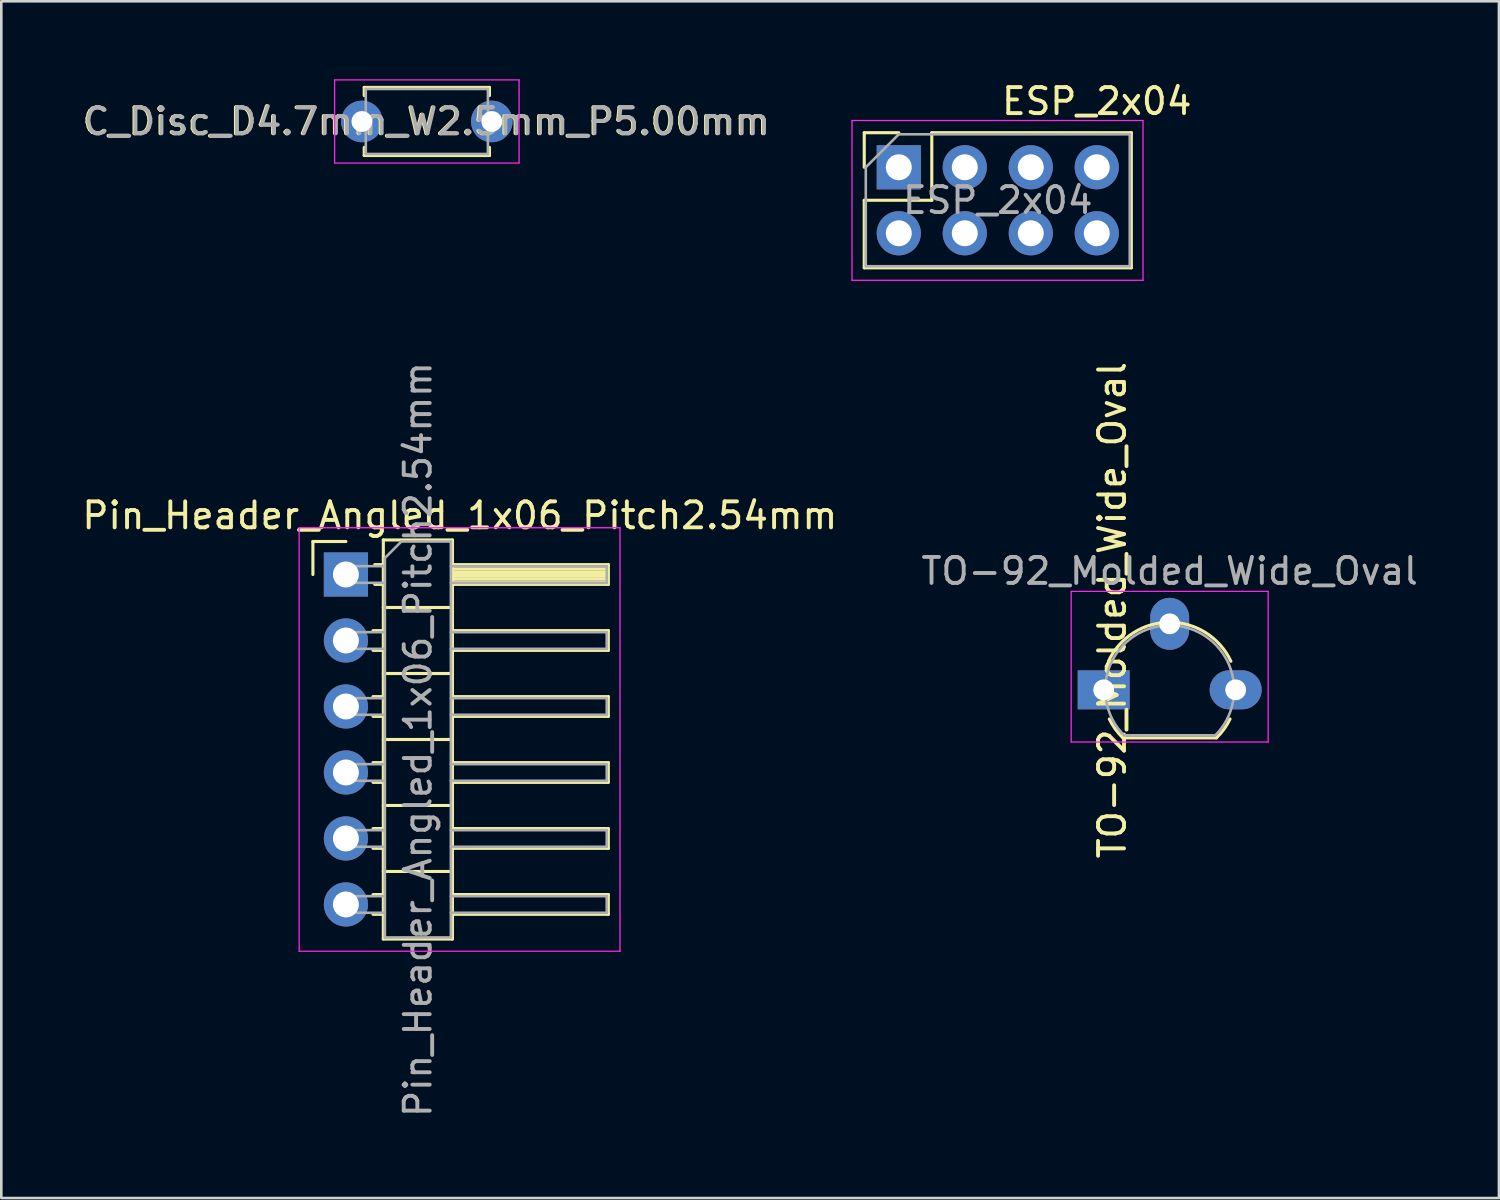
<source format=kicad_pcb>
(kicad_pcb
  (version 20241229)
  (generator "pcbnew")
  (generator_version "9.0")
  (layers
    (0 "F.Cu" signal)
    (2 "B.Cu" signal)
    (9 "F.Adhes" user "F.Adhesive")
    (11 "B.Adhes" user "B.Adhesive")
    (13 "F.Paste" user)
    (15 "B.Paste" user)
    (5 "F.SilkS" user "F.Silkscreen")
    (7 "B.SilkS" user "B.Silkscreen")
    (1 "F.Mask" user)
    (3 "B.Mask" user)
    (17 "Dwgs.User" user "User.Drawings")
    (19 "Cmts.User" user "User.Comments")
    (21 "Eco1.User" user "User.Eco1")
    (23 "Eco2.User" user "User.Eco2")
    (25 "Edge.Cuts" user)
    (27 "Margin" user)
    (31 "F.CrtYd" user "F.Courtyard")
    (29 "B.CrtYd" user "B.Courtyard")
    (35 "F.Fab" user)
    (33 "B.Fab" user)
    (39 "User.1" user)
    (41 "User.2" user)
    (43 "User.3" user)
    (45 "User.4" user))
  (footprint "ESP_2x04"
    (layer "F.Cu")
    (at 35.354 4.658)
    (property "Reference" "ESP_2x04" (at 3.81 -3.81 180) (layer "F.SilkS") (effects (font (size 1 1) (thickness 0.15))))
    (attr through_hole)
    (fp_line (start -5.14 -2.6) (end -5.14 -1.27) (stroke (width 0.12) (type solid)) (layer "F.SilkS"))
    (fp_line (start -5.14 0) (end -5.14 2.6) (stroke (width 0.12) (type solid)) (layer "F.SilkS"))
    (fp_line (start -5.14 2.6) (end 5.14 2.6) (stroke (width 0.12) (type solid)) (layer "F.SilkS"))
    (fp_line (start -3.81 -2.6) (end -5.14 -2.6) (stroke (width 0.12) (type solid)) (layer "F.SilkS"))
    (fp_line (start -2.54 -2.6) (end -2.54 0) (stroke (width 0.12) (type solid)) (layer "F.SilkS"))
    (fp_line (start -2.54 -2.6) (end 5.14 -2.6) (stroke (width 0.12) (type solid)) (layer "F.SilkS"))
    (fp_line (start -2.54 0) (end -5.14 0) (stroke (width 0.12) (type solid)) (layer "F.SilkS"))
    (fp_line (start 5.14 -2.6) (end 5.14 2.6) (stroke (width 0.12) (type solid)) (layer "F.SilkS"))
    (fp_line (start -5.61 -3.07) (end 5.59 -3.07) (stroke (width 0.05) (type solid)) (layer "F.CrtYd"))
    (fp_line (start -5.61 3.08) (end -5.61 -3.07) (stroke (width 0.05) (type solid)) (layer "F.CrtYd"))
    (fp_line (start 5.59 -3.07) (end 5.59 3.08) (stroke (width 0.05) (type solid)) (layer "F.CrtYd"))
    (fp_line (start 5.59 3.08) (end -5.61 3.08) (stroke (width 0.05) (type solid)) (layer "F.CrtYd"))
    (fp_line (start -5.08 -1.27) (end -5.08 2.54) (stroke (width 0.1) (type solid)) (layer "F.Fab"))
    (fp_line (start -5.08 2.54) (end 5.08 2.54) (stroke (width 0.1) (type solid)) (layer "F.Fab"))
    (fp_line (start -3.81 -2.54) (end -5.08 -1.27) (stroke (width 0.1) (type solid)) (layer "F.Fab"))
    (fp_line (start 5.08 -2.54) (end -3.81 -2.54) (stroke (width 0.1) (type solid)) (layer "F.Fab"))
    (fp_line (start 5.08 2.54) (end 5.08 -2.54) (stroke (width 0.1) (type solid)) (layer "F.Fab"))
    (fp_text user "${REFERENCE}" (at 0 0 180) (layer "F.Fab") (effects (font (size 1 1) (thickness 0.15))))
    (pad "1" thru_hole rect (at -3.81 -1.27 90) (size 1.7 1.7) (drill 1) (layers "*.Cu" "*.Mask"))
    (pad "2" thru_hole oval (at -1.27 -1.27 90) (size 1.7 1.7) (drill 1) (layers "*.Cu" "*.Mask"))
    (pad "3" thru_hole oval (at 1.27 -1.27 90) (size 1.7 1.7) (drill 1) (layers "*.Cu" "*.Mask"))
    (pad "4" thru_hole oval (at 3.81 -1.27 90) (size 1.7 1.7) (drill 1) (layers "*.Cu" "*.Mask"))
    (pad "5" thru_hole oval (at 3.81 1.27 90) (size 1.7 1.7) (drill 1) (layers "*.Cu" "*.Mask"))
    (pad "6" thru_hole oval (at 1.27 1.27 90) (size 1.7 1.7) (drill 1) (layers "*.Cu" "*.Mask"))
    (pad "7" thru_hole oval (at -1.27 1.27 90) (size 1.7 1.7) (drill 1) (layers "*.Cu" "*.Mask"))
    (pad "8" thru_hole oval (at -3.81 1.27 90) (size 1.7 1.7) (drill 1) (layers "*.Cu" "*.Mask")))
  (footprint "Pin_Header_Angled_1x06_Pitch2.54mm"
    (layer "F.Cu")
    (at 10.264 19.062)
    (property "Reference" "Pin_Header_Angled_1x06_Pitch2.54mm" (at 4.385 -2.27 180) (layer "F.SilkS") (effects (font (size 1 1) (thickness 0.15))))
    (attr through_hole)
    (fp_line (start -1.27 -1.27) (end 0 -1.27) (stroke (width 0.12) (type solid)) (layer "F.SilkS"))
    (fp_line (start -1.27 0) (end -1.27 -1.27) (stroke (width 0.12) (type solid)) (layer "F.SilkS"))
    (fp_line (start 1.043 2.16) (end 1.44 2.16) (stroke (width 0.12) (type solid)) (layer "F.SilkS"))
    (fp_line (start 1.043 2.92) (end 1.44 2.92) (stroke (width 0.12) (type solid)) (layer "F.SilkS"))
    (fp_line (start 1.043 4.7) (end 1.44 4.7) (stroke (width 0.12) (type solid)) (layer "F.SilkS"))
    (fp_line (start 1.043 5.46) (end 1.44 5.46) (stroke (width 0.12) (type solid)) (layer "F.SilkS"))
    (fp_line (start 1.043 7.24) (end 1.44 7.24) (stroke (width 0.12) (type solid)) (layer "F.SilkS"))
    (fp_line (start 1.043 8) (end 1.44 8) (stroke (width 0.12) (type solid)) (layer "F.SilkS"))
    (fp_line (start 1.043 9.78) (end 1.44 9.78) (stroke (width 0.12) (type solid)) (layer "F.SilkS"))
    (fp_line (start 1.043 10.54) (end 1.44 10.54) (stroke (width 0.12) (type solid)) (layer "F.SilkS"))
    (fp_line (start 1.043 12.32) (end 1.44 12.32) (stroke (width 0.12) (type solid)) (layer "F.SilkS"))
    (fp_line (start 1.043 13.08) (end 1.44 13.08) (stroke (width 0.12) (type solid)) (layer "F.SilkS"))
    (fp_line (start 1.11 -0.38) (end 1.44 -0.38) (stroke (width 0.12) (type solid)) (layer "F.SilkS"))
    (fp_line (start 1.11 0.38) (end 1.44 0.38) (stroke (width 0.12) (type solid)) (layer "F.SilkS"))
    (fp_line (start 1.44 -1.33) (end 1.44 14.03) (stroke (width 0.12) (type solid)) (layer "F.SilkS"))
    (fp_line (start 1.44 1.27) (end 4.1 1.27) (stroke (width 0.12) (type solid)) (layer "F.SilkS"))
    (fp_line (start 1.44 3.81) (end 4.1 3.81) (stroke (width 0.12) (type solid)) (layer "F.SilkS"))
    (fp_line (start 1.44 6.35) (end 4.1 6.35) (stroke (width 0.12) (type solid)) (layer "F.SilkS"))
    (fp_line (start 1.44 8.89) (end 4.1 8.89) (stroke (width 0.12) (type solid)) (layer "F.SilkS"))
    (fp_line (start 1.44 11.43) (end 4.1 11.43) (stroke (width 0.12) (type solid)) (layer "F.SilkS"))
    (fp_line (start 1.44 14.03) (end 4.1 14.03) (stroke (width 0.12) (type solid)) (layer "F.SilkS"))
    (fp_line (start 4.1 -1.33) (end 1.44 -1.33) (stroke (width 0.12) (type solid)) (layer "F.SilkS"))
    (fp_line (start 4.1 -0.38) (end 10.1 -0.38) (stroke (width 0.12) (type solid)) (layer "F.SilkS"))
    (fp_line (start 4.1 -0.32) (end 10.1 -0.32) (stroke (width 0.12) (type solid)) (layer "F.SilkS"))
    (fp_line (start 4.1 -0.2) (end 10.1 -0.2) (stroke (width 0.12) (type solid)) (layer "F.SilkS"))
    (fp_line (start 4.1 -0.08) (end 10.1 -0.08) (stroke (width 0.12) (type solid)) (layer "F.SilkS"))
    (fp_line (start 4.1 0.04) (end 10.1 0.04) (stroke (width 0.12) (type solid)) (layer "F.SilkS"))
    (fp_line (start 4.1 0.16) (end 10.1 0.16) (stroke (width 0.12) (type solid)) (layer "F.SilkS"))
    (fp_line (start 4.1 0.28) (end 10.1 0.28) (stroke (width 0.12) (type solid)) (layer "F.SilkS"))
    (fp_line (start 4.1 2.16) (end 10.1 2.16) (stroke (width 0.12) (type solid)) (layer "F.SilkS"))
    (fp_line (start 4.1 4.7) (end 10.1 4.7) (stroke (width 0.12) (type solid)) (layer "F.SilkS"))
    (fp_line (start 4.1 7.24) (end 10.1 7.24) (stroke (width 0.12) (type solid)) (layer "F.SilkS"))
    (fp_line (start 4.1 9.78) (end 10.1 9.78) (stroke (width 0.12) (type solid)) (layer "F.SilkS"))
    (fp_line (start 4.1 12.32) (end 10.1 12.32) (stroke (width 0.12) (type solid)) (layer "F.SilkS"))
    (fp_line (start 4.1 14.03) (end 4.1 -1.33) (stroke (width 0.12) (type solid)) (layer "F.SilkS"))
    (fp_line (start 10.1 -0.38) (end 10.1 0.38) (stroke (width 0.12) (type solid)) (layer "F.SilkS"))
    (fp_line (start 10.1 0.38) (end 4.1 0.38) (stroke (width 0.12) (type solid)) (layer "F.SilkS"))
    (fp_line (start 10.1 2.16) (end 10.1 2.92) (stroke (width 0.12) (type solid)) (layer "F.SilkS"))
    (fp_line (start 10.1 2.92) (end 4.1 2.92) (stroke (width 0.12) (type solid)) (layer "F.SilkS"))
    (fp_line (start 10.1 4.7) (end 10.1 5.46) (stroke (width 0.12) (type solid)) (layer "F.SilkS"))
    (fp_line (start 10.1 5.46) (end 4.1 5.46) (stroke (width 0.12) (type solid)) (layer "F.SilkS"))
    (fp_line (start 10.1 7.24) (end 10.1 8) (stroke (width 0.12) (type solid)) (layer "F.SilkS"))
    (fp_line (start 10.1 8) (end 4.1 8) (stroke (width 0.12) (type solid)) (layer "F.SilkS"))
    (fp_line (start 10.1 9.78) (end 10.1 10.54) (stroke (width 0.12) (type solid)) (layer "F.SilkS"))
    (fp_line (start 10.1 10.54) (end 4.1 10.54) (stroke (width 0.12) (type solid)) (layer "F.SilkS"))
    (fp_line (start 10.1 12.32) (end 10.1 13.08) (stroke (width 0.12) (type solid)) (layer "F.SilkS"))
    (fp_line (start 10.1 13.08) (end 4.1 13.08) (stroke (width 0.12) (type solid)) (layer "F.SilkS"))
    (fp_line (start -1.8 -1.8) (end -1.8 14.5) (stroke (width 0.05) (type solid)) (layer "F.CrtYd"))
    (fp_line (start -1.8 14.5) (end 10.55 14.5) (stroke (width 0.05) (type solid)) (layer "F.CrtYd"))
    (fp_line (start 10.55 -1.8) (end -1.8 -1.8) (stroke (width 0.05) (type solid)) (layer "F.CrtYd"))
    (fp_line (start 10.55 14.5) (end 10.55 -1.8) (stroke (width 0.05) (type solid)) (layer "F.CrtYd"))
    (fp_line (start -0.32 -0.32) (end -0.32 0.32) (stroke (width 0.1) (type solid)) (layer "F.Fab"))
    (fp_line (start -0.32 -0.32) (end 1.5 -0.32) (stroke (width 0.1) (type solid)) (layer "F.Fab"))
    (fp_line (start -0.32 0.32) (end 1.5 0.32) (stroke (width 0.1) (type solid)) (layer "F.Fab"))
    (fp_line (start -0.32 2.22) (end -0.32 2.86) (stroke (width 0.1) (type solid)) (layer "F.Fab"))
    (fp_line (start -0.32 2.22) (end 1.5 2.22) (stroke (width 0.1) (type solid)) (layer "F.Fab"))
    (fp_line (start -0.32 2.86) (end 1.5 2.86) (stroke (width 0.1) (type solid)) (layer "F.Fab"))
    (fp_line (start -0.32 4.76) (end -0.32 5.4) (stroke (width 0.1) (type solid)) (layer "F.Fab"))
    (fp_line (start -0.32 4.76) (end 1.5 4.76) (stroke (width 0.1) (type solid)) (layer "F.Fab"))
    (fp_line (start -0.32 5.4) (end 1.5 5.4) (stroke (width 0.1) (type solid)) (layer "F.Fab"))
    (fp_line (start -0.32 7.3) (end -0.32 7.94) (stroke (width 0.1) (type solid)) (layer "F.Fab"))
    (fp_line (start -0.32 7.3) (end 1.5 7.3) (stroke (width 0.1) (type solid)) (layer "F.Fab"))
    (fp_line (start -0.32 7.94) (end 1.5 7.94) (stroke (width 0.1) (type solid)) (layer "F.Fab"))
    (fp_line (start -0.32 9.84) (end -0.32 10.48) (stroke (width 0.1) (type solid)) (layer "F.Fab"))
    (fp_line (start -0.32 9.84) (end 1.5 9.84) (stroke (width 0.1) (type solid)) (layer "F.Fab"))
    (fp_line (start -0.32 10.48) (end 1.5 10.48) (stroke (width 0.1) (type solid)) (layer "F.Fab"))
    (fp_line (start -0.32 12.38) (end -0.32 13.02) (stroke (width 0.1) (type solid)) (layer "F.Fab"))
    (fp_line (start -0.32 12.38) (end 1.5 12.38) (stroke (width 0.1) (type solid)) (layer "F.Fab"))
    (fp_line (start -0.32 13.02) (end 1.5 13.02) (stroke (width 0.1) (type solid)) (layer "F.Fab"))
    (fp_line (start 1.5 -0.635) (end 2.135 -1.27) (stroke (width 0.1) (type solid)) (layer "F.Fab"))
    (fp_line (start 1.5 13.97) (end 1.5 -0.635) (stroke (width 0.1) (type solid)) (layer "F.Fab"))
    (fp_line (start 2.135 -1.27) (end 4.04 -1.27) (stroke (width 0.1) (type solid)) (layer "F.Fab"))
    (fp_line (start 4.04 -1.27) (end 4.04 13.97) (stroke (width 0.1) (type solid)) (layer "F.Fab"))
    (fp_line (start 4.04 -0.32) (end 10.04 -0.32) (stroke (width 0.1) (type solid)) (layer "F.Fab"))
    (fp_line (start 4.04 0.32) (end 10.04 0.32) (stroke (width 0.1) (type solid)) (layer "F.Fab"))
    (fp_line (start 4.04 2.22) (end 10.04 2.22) (stroke (width 0.1) (type solid)) (layer "F.Fab"))
    (fp_line (start 4.04 2.86) (end 10.04 2.86) (stroke (width 0.1) (type solid)) (layer "F.Fab"))
    (fp_line (start 4.04 4.76) (end 10.04 4.76) (stroke (width 0.1) (type solid)) (layer "F.Fab"))
    (fp_line (start 4.04 5.4) (end 10.04 5.4) (stroke (width 0.1) (type solid)) (layer "F.Fab"))
    (fp_line (start 4.04 7.3) (end 10.04 7.3) (stroke (width 0.1) (type solid)) (layer "F.Fab"))
    (fp_line (start 4.04 7.94) (end 10.04 7.94) (stroke (width 0.1) (type solid)) (layer "F.Fab"))
    (fp_line (start 4.04 9.84) (end 10.04 9.84) (stroke (width 0.1) (type solid)) (layer "F.Fab"))
    (fp_line (start 4.04 10.48) (end 10.04 10.48) (stroke (width 0.1) (type solid)) (layer "F.Fab"))
    (fp_line (start 4.04 12.38) (end 10.04 12.38) (stroke (width 0.1) (type solid)) (layer "F.Fab"))
    (fp_line (start 4.04 13.02) (end 10.04 13.02) (stroke (width 0.1) (type solid)) (layer "F.Fab"))
    (fp_line (start 4.04 13.97) (end 1.5 13.97) (stroke (width 0.1) (type solid)) (layer "F.Fab"))
    (fp_line (start 10.04 -0.32) (end 10.04 0.32) (stroke (width 0.1) (type solid)) (layer "F.Fab"))
    (fp_line (start 10.04 2.22) (end 10.04 2.86) (stroke (width 0.1) (type solid)) (layer "F.Fab"))
    (fp_line (start 10.04 4.76) (end 10.04 5.4) (stroke (width 0.1) (type solid)) (layer "F.Fab"))
    (fp_line (start 10.04 7.3) (end 10.04 7.94) (stroke (width 0.1) (type solid)) (layer "F.Fab"))
    (fp_line (start 10.04 9.84) (end 10.04 10.48) (stroke (width 0.1) (type solid)) (layer "F.Fab"))
    (fp_line (start 10.04 12.38) (end 10.04 13.02) (stroke (width 0.1) (type solid)) (layer "F.Fab"))
    (fp_text user "${REFERENCE}" (at 2.77 6.35 270) (layer "F.Fab") (effects (font (size 1 1) (thickness 0.15))))
    (pad "1" thru_hole rect (at 0 0) (size 1.7 1.7) (drill 1) (layers "*.Cu" "*.Mask"))
    (pad "2" thru_hole oval (at 0 2.54) (size 1.7 1.7) (drill 1) (layers "*.Cu" "*.Mask"))
    (pad "3" thru_hole oval (at 0 5.08) (size 1.7 1.7) (drill 1) (layers "*.Cu" "*.Mask"))
    (pad "4" thru_hole oval (at 0 7.62) (size 1.7 1.7) (drill 1) (layers "*.Cu" "*.Mask"))
    (pad "5" thru_hole oval (at 0 10.16) (size 1.7 1.7) (drill 1) (layers "*.Cu" "*.Mask"))
    (pad "6" thru_hole oval (at 0 12.7) (size 1.7 1.7) (drill 1) (layers "*.Cu" "*.Mask")))
  (footprint "C_Disc_D4.7mm_W2.5mm_P5.00mm"
    (layer "F.Cu")
    (at 10.879 1.625)
    (property "Reference" "C_Disc_D4.7mm_W2.5mm_P5.00mm" (at 2.46 0 0) (layer "F.SilkS") (effects (font (size 1 1) (thickness 0.15))))
    (attr through_hole)
    (fp_line (start 0.09 -1.31) (end 0.09 -0.996) (stroke (width 0.12) (type solid)) (layer "F.SilkS"))
    (fp_line (start 0.09 -1.31) (end 4.91 -1.31) (stroke (width 0.12) (type solid)) (layer "F.SilkS"))
    (fp_line (start 0.09 0.996) (end 0.09 1.31) (stroke (width 0.12) (type solid)) (layer "F.SilkS"))
    (fp_line (start 0.09 1.31) (end 4.91 1.31) (stroke (width 0.12) (type solid)) (layer "F.SilkS"))
    (fp_line (start 4.91 -1.31) (end 4.91 -0.996) (stroke (width 0.12) (type solid)) (layer "F.SilkS"))
    (fp_line (start 4.91 0.996) (end 4.91 1.31) (stroke (width 0.12) (type solid)) (layer "F.SilkS"))
    (fp_line (start -1.05 -1.6) (end -1.05 1.6) (stroke (width 0.05) (type solid)) (layer "F.CrtYd"))
    (fp_line (start -1.05 1.6) (end 6.05 1.6) (stroke (width 0.05) (type solid)) (layer "F.CrtYd"))
    (fp_line (start 6.05 -1.6) (end -1.05 -1.6) (stroke (width 0.05) (type solid)) (layer "F.CrtYd"))
    (fp_line (start 6.05 1.6) (end 6.05 -1.6) (stroke (width 0.05) (type solid)) (layer "F.CrtYd"))
    (fp_line (start 0.15 -1.25) (end 0.15 1.25) (stroke (width 0.1) (type solid)) (layer "F.Fab"))
    (fp_line (start 0.15 1.25) (end 4.85 1.25) (stroke (width 0.1) (type solid)) (layer "F.Fab"))
    (fp_line (start 4.85 -1.25) (end 0.15 -1.25) (stroke (width 0.1) (type solid)) (layer "F.Fab"))
    (fp_line (start 4.85 1.25) (end 4.85 -1.25) (stroke (width 0.1) (type solid)) (layer "F.Fab"))
    (fp_text user "${REFERENCE}" (at 2.5 0 0) (layer "F.Fab") (effects (font (size 1 1) (thickness 0.15))))
    (pad "1" thru_hole circle (at 0 0) (size 1.6 1.6) (drill 0.8) (layers "*.Cu" "*.Mask"))
    (pad "2" thru_hole circle (at 5 0) (size 1.6 1.6) (drill 0.8) (layers "*.Cu" "*.Mask")))
  (footprint "TO-92_Molded_Wide_Oval"
    (layer "F.Cu")
    (at 39.43 23.501)
    (property "Reference" "TO-92_Molded_Wide_Oval" (at 0.328 -3.065 270) (layer "F.SilkS") (effects (font (size 1 1) (thickness 0.15))))
    (attr through_hole)
    (fp_line (start 0.74 1.85) (end 4.34 1.85) (stroke (width 0.12) (type solid)) (layer "F.SilkS"))
    (fp_arc (start 0.1836 -1.098807) (mid 1.143021 -2.192817) (end 2.54 -2.6) (stroke (width 0.12) (type solid)) (layer "F.SilkS"))
    (fp_arc (start 0.74 1.85) (mid 0.446097 1.509328) (end 0.215816 1.122795) (stroke (width 0.12) (type solid)) (layer "F.SilkS"))
    (fp_arc (start 2.54 -2.6) (mid 3.936979 -2.192818) (end 4.8964 -1.098807) (stroke (width 0.12) (type solid)) (layer "F.SilkS"))
    (fp_arc (start 4.864184 1.122795) (mid 4.633903 1.509328) (end 4.34 1.85) (stroke (width 0.12) (type solid)) (layer "F.SilkS"))
    (fp_line (start -1.25 -3.79) (end -1.25 2.01) (stroke (width 0.05) (type solid)) (layer "F.CrtYd"))
    (fp_line (start -1.25 -3.79) (end 6.33 -3.79) (stroke (width 0.05) (type solid)) (layer "F.CrtYd"))
    (fp_line (start 6.33 2.01) (end -1.25 2.01) (stroke (width 0.05) (type solid)) (layer "F.CrtYd"))
    (fp_line (start 6.33 2.01) (end 6.33 -3.79) (stroke (width 0.05) (type solid)) (layer "F.CrtYd"))
    (fp_line (start 0.8 1.75) (end 4.3 1.75) (stroke (width 0.1) (type solid)) (layer "F.Fab"))
    (fp_arc (start 0.786375 1.753625) (mid 0.248779 -0.949055) (end 2.54 -2.48) (stroke (width 0.1) (type solid)) (layer "F.Fab"))
    (fp_arc (start 2.54 -2.48) (mid 4.831221 -0.949055) (end 4.293625 1.753625) (stroke (width 0.1) (type solid)) (layer "F.Fab"))
    (fp_text user "${REFERENCE}" (at 2.54 -4.57 180) (layer "F.Fab") (effects (font (size 1 1) (thickness 0.15))))
    (pad "1" thru_hole rect (at 0 0 90) (size 1.5 2) (drill 0.8) (layers "*.Cu" "*.Mask"))
    (pad "2" thru_hole oval (at 2.54 -2.54 90) (size 2 1.5) (drill 0.8) (layers "*.Cu" "*.Mask"))
    (pad "3" thru_hole oval (at 5.08 0 90) (size 1.5 2) (drill 0.8) (layers "*.Cu" "*.Mask")))
  (gr_rect
    (start -3 -3)
    (end 54.643 43.061)
    (stroke (width 0.1) (type default))
    (fill no)
    (layer "Edge.Cuts")))
</source>
